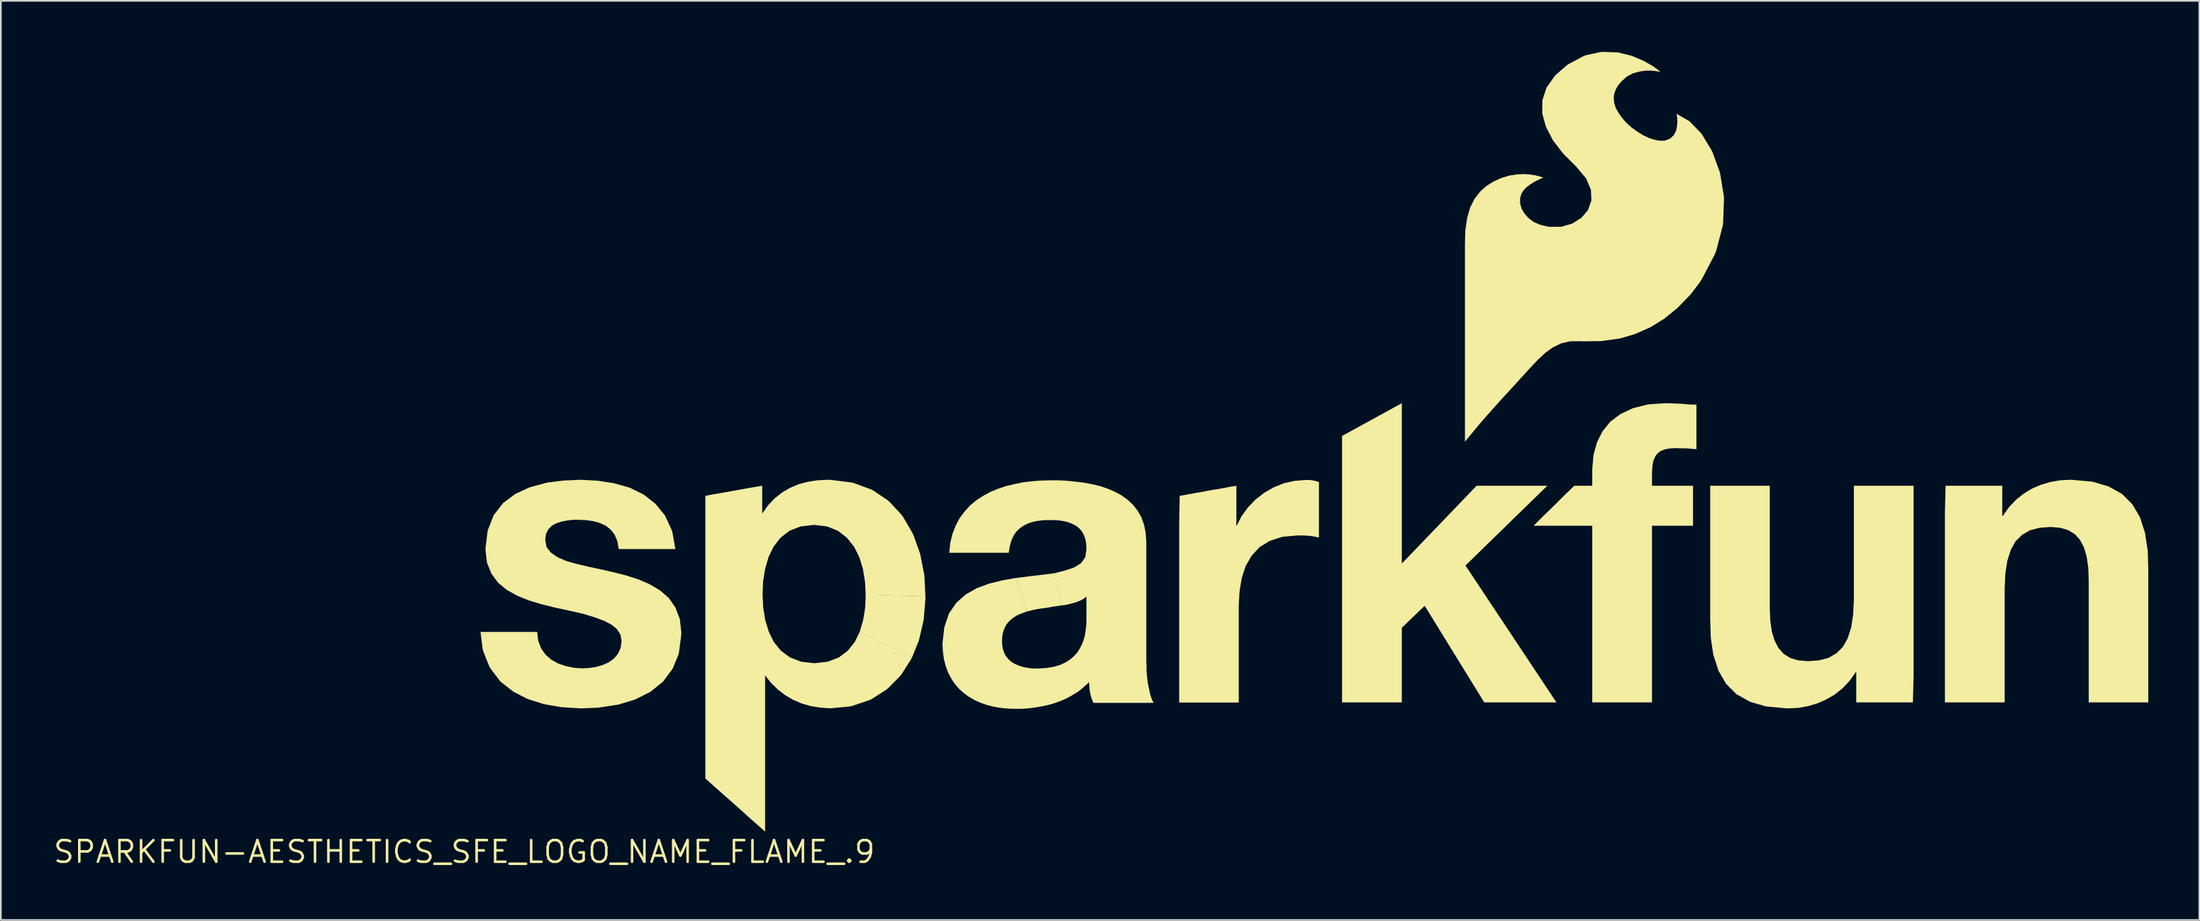
<source format=kicad_pcb>
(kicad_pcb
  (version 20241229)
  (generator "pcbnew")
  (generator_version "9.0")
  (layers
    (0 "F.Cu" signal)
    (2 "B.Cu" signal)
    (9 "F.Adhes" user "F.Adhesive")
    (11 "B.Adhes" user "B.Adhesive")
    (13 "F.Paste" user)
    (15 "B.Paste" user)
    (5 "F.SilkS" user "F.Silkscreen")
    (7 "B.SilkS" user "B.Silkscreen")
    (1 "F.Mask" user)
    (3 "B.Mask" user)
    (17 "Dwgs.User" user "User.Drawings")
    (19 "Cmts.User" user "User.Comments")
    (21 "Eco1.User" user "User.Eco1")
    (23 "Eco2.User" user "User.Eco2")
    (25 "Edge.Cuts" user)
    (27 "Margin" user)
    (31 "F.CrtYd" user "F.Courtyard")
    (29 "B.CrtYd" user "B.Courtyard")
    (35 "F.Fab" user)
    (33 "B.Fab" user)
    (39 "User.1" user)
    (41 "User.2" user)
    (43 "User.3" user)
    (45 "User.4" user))
  (footprint "SPARKFUN-AESTHETICS_SFE_LOGO_NAME_FLAME_.9"
    (layer "F.Cu")
    (at 24.228 47.015)
    (property "Reference" "SPARKFUN-AESTHETICS_SFE_LOGO_NAME_FLAME_.9" (at 0 0 0) (layer "F.SilkS") (effects (font (size 1.27 1.27) (thickness 0.15))))
    (fp_poly (pts (xy 27.095 -15.025) (xy 27.095 -14.86) (xy 27.005 -13.759) (xy 26.985 -13.599) (xy 26.745 -12.559) (xy 26.705 -12.408) (xy 26.313 -11.433) (xy 23.234 -12.927) (xy 23.435 -13.611) (xy 23.555 -14.351) (xy 23.585 -15.115)) (stroke (width 0) (type default)) (fill yes) (layer "F.SilkS"))
    (fp_poly (pts (xy 55.085 -16.942) (xy 59.478 -21.515) (xy 63.632 -21.515) (xy 58.826 -16.829) (xy 64.169 -8.785) (xy 59.927 -8.785) (xy 56.429 -14.462) (xy 55.085 -13.168) (xy 55.085 -8.785) (xy 51.575 -8.785) (xy 51.575 -24.443) (xy 55.085 -26.368)) (stroke (width 0) (type default)) (fill yes) (layer "F.SilkS"))
    (fp_poly (pts (xy 35.106 -14.486) (xy 34.901 -14.455) (xy 34.691 -14.425) (xy 34.481 -14.395) (xy 34.281 -14.355) (xy 34.071 -14.325) (xy 33.861 -14.295) (xy 33.661 -14.265) (xy 33.451 -14.225) (xy 33.261 -14.175) (xy 33.057 -14.124) (xy 32.403 -16.094) (xy 33.199 -16.195) (xy 33.959 -16.285) (xy 34.684 -16.376)) (stroke (width 0) (type default)) (fill yes) (layer "F.SilkS"))
    (fp_poly (pts (xy 49.741 -21.845) (xy 49.831 -21.835) (xy 49.931 -21.815) (xy 50.021 -21.795) (xy 50.111 -21.765) (xy 50.215 -21.734) (xy 50.215 -18.474) (xy 50.079 -18.505) (xy 49.929 -18.535) (xy 49.779 -18.555) (xy 49.62 -18.575) (xy 49.45 -18.585) (xy 49.28 -18.595) (xy 48.95 -18.595) (xy 48.061 -18.515) (xy 47.322 -18.275) (xy 46.723 -17.906) (xy 46.264 -17.407) (xy 45.915 -16.808) (xy 45.685 -16.109) (xy 45.555 -15.339) (xy 45.505 -14.52) (xy 45.505 -8.775) (xy 42.005 -8.775) (xy 42.005 -19.4) (xy 42.035 -20.924) (xy 42.449 -20.995) (xy 42.869 -21.075) (xy 43.279 -21.145) (xy 43.699 -21.225) (xy 44.109 -21.295) (xy 44.529 -21.365) (xy 44.939 -21.445) (xy 45.365 -21.516) (xy 45.365 -19.155) (xy 45.377 -19.155) (xy 45.666 -19.723) (xy 46.046 -20.243) (xy 46.497 -20.714) (xy 47.007 -21.104) (xy 47.558 -21.425) (xy 48.159 -21.665) (xy 48.789 -21.805) (xy 49.44 -21.855) (xy 49.64 -21.855)) (stroke (width 0) (type default)) (fill yes) (layer "F.SilkS"))
    (fp_poly (pts (xy 76.705 -14.32) (xy 76.735 -13.59) (xy 76.825 -12.951) (xy 76.985 -12.422) (xy 77.214 -11.983) (xy 77.513 -11.644) (xy 77.902 -11.395) (xy 78.371 -11.255) (xy 78.94 -11.205) (xy 79.599 -11.255) (xy 80.168 -11.405) (xy 80.627 -11.674) (xy 81.006 -12.053) (xy 81.285 -12.552) (xy 81.485 -13.181) (xy 81.605 -13.941) (xy 81.645 -14.84) (xy 81.645 -21.515) (xy 85.155 -21.515) (xy 85.155 -10.38) (xy 85.115 -8.785) (xy 81.785 -8.785) (xy 81.785 -10.555) (xy 81.753 -10.555) (xy 81.394 -10.047) (xy 80.973 -9.606) (xy 80.523 -9.246) (xy 80.022 -8.956) (xy 79.502 -8.725) (xy 78.961 -8.565) (xy 78.411 -8.465) (xy 77.86 -8.435) (xy 77.68 -8.435) (xy 76.589 -8.535) (xy 76.449 -8.555) (xy 75.558 -8.815) (xy 74.747 -9.266) (xy 74.136 -9.877) (xy 73.695 -10.638) (xy 73.405 -11.529) (xy 73.375 -11.659) (xy 73.245 -12.549) (xy 73.235 -12.69) (xy 73.205 -13.68) (xy 73.205 -21.515) (xy 76.705 -21.515)) (stroke (width 0) (type default)) (fill yes) (layer "F.SilkS"))
    (fp_poly (pts (xy 95.561 -21.765) (xy 95.701 -21.745) (xy 96.592 -21.485) (xy 97.403 -21.034) (xy 98.014 -20.423) (xy 98.455 -19.662) (xy 98.745 -18.771) (xy 98.765 -18.651) (xy 98.905 -17.751) (xy 98.915 -17.61) (xy 98.945 -16.62) (xy 98.945 -8.785) (xy 95.445 -8.785) (xy 95.445 -15.98) (xy 95.415 -16.71) (xy 95.325 -17.349) (xy 95.165 -17.888) (xy 94.936 -18.327) (xy 94.637 -18.666) (xy 94.248 -18.905) (xy 93.769 -19.045) (xy 93.21 -19.095) (xy 92.551 -19.045) (xy 91.982 -18.895) (xy 91.523 -18.626) (xy 91.144 -18.247) (xy 90.865 -17.748) (xy 90.665 -17.119) (xy 90.545 -16.359) (xy 90.505 -15.46) (xy 90.505 -8.785) (xy 86.995 -8.785) (xy 86.995 -19.93) (xy 87.035 -21.515) (xy 90.365 -21.515) (xy 90.365 -19.745) (xy 90.397 -19.745) (xy 90.756 -20.253) (xy 91.177 -20.694) (xy 91.627 -21.054) (xy 92.118 -21.354) (xy 92.638 -21.575) (xy 93.179 -21.735) (xy 93.739 -21.835) (xy 94.29 -21.865) (xy 94.46 -21.865)) (stroke (width 0) (type default)) (fill yes) (layer "F.SilkS"))
    (fp_poly (pts (xy 71.01 -26.355) (xy 71.24 -26.345) (xy 71.24 -26.345) (xy 71.48 -26.335) (xy 71.71 -26.315) (xy 71.94 -26.295) (xy 72.16 -26.285) (xy 72.395 -26.285) (xy 72.395 -23.665) (xy 72.23 -23.675) (xy 72.07 -23.695) (xy 71.91 -23.705) (xy 71.75 -23.715) (xy 71.43 -23.715) (xy 71.27 -23.725) (xy 71.11 -23.725) (xy 70.781 -23.705) (xy 70.502 -23.645) (xy 70.273 -23.546) (xy 70.084 -23.397) (xy 69.954 -23.198) (xy 69.855 -22.949) (xy 69.805 -22.639) (xy 69.785 -22.28) (xy 69.785 -21.515) (xy 72.195 -21.515) (xy 72.195 -19.165) (xy 69.785 -19.165) (xy 69.785 -8.785) (xy 66.275 -8.785) (xy 66.275 -19.165) (xy 62.828 -19.165) (xy 63.136 -19.474) (xy 63.426 -19.764) (xy 63.727 -20.054) (xy 64.026 -20.344) (xy 64.326 -20.644) (xy 64.616 -20.934) (xy 64.917 -21.224) (xy 65.218 -21.515) (xy 66.275 -21.515) (xy 66.275 -22.49) (xy 66.345 -23.311) (xy 66.545 -24.052) (xy 66.876 -24.713) (xy 67.337 -25.284) (xy 67.937 -25.734) (xy 68.668 -26.075) (xy 69.539 -26.295) (xy 69.66 -26.305) (xy 70.54 -26.365) (xy 70.77 -26.365)) (stroke (width 0) (type default)) (fill yes) (layer "F.SilkS"))
    (fp_poly (pts (xy 22.701 -21.715) (xy 22.861 -21.685) (xy 23.892 -21.305) (xy 24.033 -21.234) (xy 24.893 -20.654) (xy 25.004 -20.554) (xy 25.704 -19.793) (xy 25.784 -19.683) (xy 26.314 -18.772) (xy 26.385 -18.632) (xy 26.755 -17.611) (xy 26.795 -17.461) (xy 27.015 -16.351) (xy 27.035 -16.19) (xy 27.095 -15.015) (xy 23.585 -15.105) (xy 23.545 -15.879) (xy 23.425 -16.619) (xy 23.215 -17.308) (xy 22.906 -17.927) (xy 22.486 -18.456) (xy 21.957 -18.866) (xy 21.319 -19.125) (xy 20.54 -19.215) (xy 19.761 -19.125) (xy 19.102 -18.866) (xy 18.584 -18.466) (xy 18.174 -17.937) (xy 17.875 -17.318) (xy 17.675 -16.629) (xy 17.555 -15.88) (xy 17.525 -15.11) (xy 17.565 -14.351) (xy 17.685 -13.611) (xy 17.895 -12.932) (xy 18.194 -12.323) (xy 18.613 -11.814) (xy 19.142 -11.424) (xy 19.791 -11.175) (xy 20.57 -11.085) (xy 21.359 -11.175) (xy 22.008 -11.424) (xy 22.526 -11.814) (xy 22.936 -12.323) (xy 23.238 -12.937) (xy 26.317 -11.442) (xy 26.244 -11.307) (xy 25.704 -10.457) (xy 25.614 -10.337) (xy 24.913 -9.626) (xy 24.803 -9.536) (xy 23.952 -8.986) (xy 23.822 -8.925) (xy 22.821 -8.585) (xy 22.661 -8.545) (xy 21.5 -8.435) (xy 20.929 -8.475) (xy 20.369 -8.565) (xy 19.838 -8.715) (xy 19.338 -8.926) (xy 18.857 -9.206) (xy 18.427 -9.536) (xy 18.036 -9.917) (xy 17.688 -10.355) (xy 17.675 -10.355) (xy 17.675 -1.189) (xy 17.227 -1.586) (xy 16.787 -1.976) (xy 16.357 -2.366) (xy 15.477 -3.146) (xy 15.047 -3.526) (xy 14.607 -3.916) (xy 14.165 -4.308) (xy 14.165 -20.924) (xy 14.589 -21.005) (xy 14.999 -21.075) (xy 15.419 -21.145) (xy 15.839 -21.225) (xy 16.249 -21.295) (xy 16.669 -21.375) (xy 17.079 -21.445) (xy 17.505 -21.516) (xy 17.505 -19.895) (xy 17.517 -19.895) (xy 17.856 -20.373) (xy 18.247 -20.784) (xy 18.677 -21.124) (xy 19.148 -21.394) (xy 19.638 -21.605) (xy 20.169 -21.745) (xy 20.729 -21.835) (xy 21.31 -21.865) (xy 21.49 -21.865)) (stroke (width 0) (type default)) (fill yes) (layer "F.SilkS"))
    (fp_poly (pts (xy 7.811 -21.815) (xy 8.791 -21.665) (xy 9.712 -21.405) (xy 10.533 -21.004) (xy 11.234 -20.454) (xy 11.804 -19.753) (xy 12.205 -18.872) (xy 12.235 -18.741) (xy 12.406 -17.795) (xy 9.076 -17.795) (xy 8.995 -18.259) (xy 8.836 -18.637) (xy 8.606 -18.936) (xy 8.317 -19.166) (xy 7.968 -19.325) (xy 7.579 -19.435) (xy 7.15 -19.495) (xy 6.69 -19.515) (xy 6.38 -19.515) (xy 6.051 -19.475) (xy 5.731 -19.415) (xy 5.422 -19.315) (xy 5.153 -19.176) (xy 4.944 -18.967) (xy 4.805 -18.688) (xy 4.755 -18.34) (xy 4.835 -17.912) (xy 5.093 -17.584) (xy 5.482 -17.314) (xy 5.992 -17.095) (xy 6.591 -16.925) (xy 7.261 -16.765) (xy 7.971 -16.615) (xy 8.711 -16.445) (xy 9.471 -16.255) (xy 10.202 -16.025) (xy 10.882 -15.734) (xy 11.493 -15.374) (xy 12.014 -14.923) (xy 12.404 -14.362) (xy 12.665 -13.681) (xy 12.755 -12.87) (xy 12.745 -12.72) (xy 12.615 -11.719) (xy 12.585 -11.588) (xy 12.244 -10.768) (xy 11.674 -9.997) (xy 10.923 -9.396) (xy 10.042 -8.955) (xy 9.922 -8.915) (xy 9.061 -8.655) (xy 8.931 -8.635) (xy 8.011 -8.495) (xy 8.011 -8.495) (xy 7.88 -8.475) (xy 6.93 -8.435) (xy 6.8 -8.435) (xy 5.84 -8.495) (xy 5.699 -8.505) (xy 4.769 -8.665) (xy 4.639 -8.695) (xy 3.778 -8.965) (xy 3.658 -9.015) (xy 2.877 -9.416) (xy 2.116 -10.016) (xy 1.526 -10.797) (xy 1.465 -10.908) (xy 1.125 -11.758) (xy 1.085 -11.899) (xy 0.954 -12.925) (xy 4.284 -12.925) (xy 4.345 -12.401) (xy 4.514 -11.962) (xy 4.774 -11.593) (xy 5.113 -11.294) (xy 5.522 -11.065) (xy 5.971 -10.915) (xy 6.461 -10.815) (xy 6.96 -10.785) (xy 7.339 -10.805) (xy 7.729 -10.865) (xy 8.118 -10.975) (xy 8.478 -11.134) (xy 8.787 -11.354) (xy 9.026 -11.633) (xy 9.185 -11.981) (xy 9.245 -12.4) (xy 9.175 -12.768) (xy 8.976 -13.087) (xy 8.647 -13.356) (xy 8.198 -13.585) (xy 7.628 -13.795) (xy 6.959 -13.995) (xy 6.169 -14.175) (xy 5.289 -14.365) (xy 4.529 -14.555) (xy 3.798 -14.775) (xy 3.108 -15.055) (xy 2.497 -15.396) (xy 1.986 -15.817) (xy 1.596 -16.348) (xy 1.335 -16.989) (xy 1.245 -17.77) (xy 1.255 -17.92) (xy 1.375 -18.881) (xy 1.726 -19.782) (xy 2.276 -20.494) (xy 2.997 -21.034) (xy 3.838 -21.425) (xy 4.769 -21.675) (xy 4.889 -21.705) (xy 5.769 -21.815) (xy 5.89 -21.825) (xy 6.79 -21.865) (xy 6.92 -21.865)) (stroke (width 0) (type default)) (fill yes) (layer "F.SilkS"))
    (fp_poly (pts (xy 67.781 -46.985) (xy 68.592 -46.785) (xy 69.282 -46.494) (xy 69.813 -46.194) (xy 70.143 -45.954) (xy 70.275 -45.855) (xy 70.2 -45.855) (xy 70.019 -45.885) (xy 69.76 -45.915) (xy 69.44 -45.915) (xy 69.071 -45.865) (xy 68.692 -45.765) (xy 68.323 -45.576) (xy 67.984 -45.277) (xy 67.794 -45.047) (xy 67.655 -44.808) (xy 67.565 -44.549) (xy 67.535 -44.29) (xy 67.565 -44.011) (xy 67.655 -43.722) (xy 67.824 -43.423) (xy 68.054 -43.103) (xy 68.294 -42.834) (xy 68.583 -42.574) (xy 68.903 -42.344) (xy 69.232 -42.134) (xy 69.582 -41.965) (xy 69.911 -41.855) (xy 70.23 -41.795) (xy 70.519 -41.795) (xy 70.847 -41.914) (xy 71.066 -42.123) (xy 71.195 -42.372) (xy 71.255 -42.641) (xy 71.275 -42.91) (xy 71.265 -43.14) (xy 71.245 -43.289) (xy 71.235 -43.348) (xy 71.218 -43.383) (xy 71.993 -42.934) (xy 72.634 -42.273) (xy 72.724 -42.163) (xy 73.274 -41.252) (xy 73.345 -41.102) (xy 73.755 -39.991) (xy 73.795 -39.821) (xy 74.005 -38.551) (xy 74.015 -38.36) (xy 73.965 -36.98) (xy 73.935 -36.779) (xy 73.565 -35.348) (xy 73.485 -35.138) (xy 72.734 -33.698) (xy 72.604 -33.487) (xy 72.064 -32.777) (xy 71.984 -32.687) (xy 71.283 -31.966) (xy 70.523 -31.346) (xy 69.682 -30.826) (xy 68.772 -30.425) (xy 67.911 -30.175) (xy 67.781 -30.155) (xy 66.851 -30.025) (xy 66.71 -30.015) (xy 65.71 -30.005) (xy 65.56 -30.015) (xy 64.971 -30.005) (xy 64.452 -29.885) (xy 63.973 -29.656) (xy 63.513 -29.326) (xy 63.064 -28.906) (xy 62.594 -28.407) (xy 62.074 -27.837) (xy 62.074 -27.837) (xy 61.504 -27.207) (xy 60.964 -26.627) (xy 60.464 -26.067) (xy 60.004 -25.547) (xy 59.604 -25.087) (xy 59.274 -24.687) (xy 59.024 -24.387) (xy 58.864 -24.187) (xy 58.795 -24.106) (xy 58.795 -35.66) (xy 58.815 -36.52) (xy 58.925 -37.261) (xy 59.105 -37.882) (xy 59.366 -38.393) (xy 59.686 -38.803) (xy 60.057 -39.134) (xy 60.468 -39.394) (xy 60.908 -39.595) (xy 61.399 -39.745) (xy 61.86 -39.815) (xy 62.28 -39.835) (xy 62.651 -39.805) (xy 62.961 -39.755) (xy 63.191 -39.695) (xy 63.331 -39.655) (xy 63.405 -39.63) (xy 63.342 -39.605) (xy 63.232 -39.555) (xy 63.062 -39.475) (xy 62.862 -39.376) (xy 62.643 -39.236) (xy 62.433 -39.076) (xy 62.254 -38.897) (xy 62.115 -38.688) (xy 62.035 -38.419) (xy 62.035 -38.121) (xy 62.115 -37.822) (xy 62.284 -37.523) (xy 62.523 -37.254) (xy 62.843 -37.014) (xy 63.242 -36.845) (xy 63.721 -36.735) (xy 64.449 -36.735) (xy 65.098 -36.925) (xy 65.637 -37.264) (xy 66.026 -37.723) (xy 66.225 -38.291) (xy 66.195 -38.919) (xy 65.906 -39.587) (xy 65.326 -40.277) (xy 64.656 -40.946) (xy 64.566 -41.037) (xy 63.966 -41.817) (xy 63.555 -42.608) (xy 63.335 -43.399) (xy 63.345 -44.171) (xy 63.585 -44.912) (xy 64.086 -45.623) (xy 64.747 -46.204) (xy 64.857 -46.284) (xy 65.758 -46.765) (xy 65.878 -46.815) (xy 66.749 -47.005) (xy 66.87 -47.015)) (stroke (width 0) (type default)) (fill yes) (layer "F.SilkS"))
    (fp_poly (pts (xy 35.45 -21.805) (xy 35.931 -21.755) (xy 36.421 -21.695) (xy 36.901 -21.605) (xy 37.361 -21.495) (xy 37.802 -21.345) (xy 38.222 -21.165) (xy 38.613 -20.954) (xy 38.973 -20.694) (xy 39.284 -20.403) (xy 39.554 -20.063) (xy 39.775 -19.682) (xy 39.935 -19.241) (xy 40.035 -18.751) (xy 40.075 -18.21) (xy 40.075 -11.16) (xy 40.085 -10.94) (xy 40.085 -10.73) (xy 40.095 -10.52) (xy 40.115 -10.32) (xy 40.135 -10.121) (xy 40.165 -9.931) (xy 40.195 -9.751) (xy 40.235 -9.581) (xy 40.265 -9.411) (xy 40.305 -9.261) (xy 40.345 -9.112) (xy 40.395 -8.982) (xy 40.444 -8.862) (xy 40.509 -8.755) (xy 36.956 -8.755) (xy 36.935 -8.828) (xy 36.905 -8.908) (xy 36.875 -8.978) (xy 36.845 -9.058) (xy 36.825 -9.129) (xy 36.805 -9.209) (xy 36.785 -9.289) (xy 36.765 -9.369) (xy 36.755 -9.439) (xy 36.745 -9.519) (xy 36.735 -9.599) (xy 36.725 -9.68) (xy 36.725 -9.76) (xy 36.715 -9.83) (xy 36.715 -9.978) (xy 36.503 -9.776) (xy 36.283 -9.586) (xy 36.053 -9.406) (xy 35.803 -9.256) (xy 35.552 -9.106) (xy 35.292 -8.975) (xy 35.032 -8.865) (xy 34.752 -8.765) (xy 34.471 -8.675) (xy 34.191 -8.605) (xy 33.901 -8.545) (xy 33.611 -8.495) (xy 33.321 -8.455) (xy 33.03 -8.425) (xy 32.73 -8.405) (xy 32.43 -8.405) (xy 31.98 -8.415) (xy 31.549 -8.455) (xy 31.129 -8.525) (xy 30.729 -8.625) (xy 30.348 -8.755) (xy 29.988 -8.916) (xy 29.657 -9.106) (xy 29.357 -9.326) (xy 29.076 -9.576) (xy 28.826 -9.867) (xy 28.616 -10.177) (xy 28.435 -10.518) (xy 28.295 -10.898) (xy 28.185 -11.309) (xy 28.125 -11.75) (xy 28.095 -12.22) (xy 28.205 -13.201) (xy 28.475 -14.002) (xy 28.906 -14.633) (xy 29.457 -15.124) (xy 30.108 -15.495) (xy 30.839 -15.765) (xy 31.609 -15.955) (xy 32.413 -16.096) (xy 33.066 -14.127) (xy 32.882 -14.065) (xy 32.702 -13.995) (xy 32.532 -13.925) (xy 32.373 -13.836) (xy 32.223 -13.736) (xy 32.083 -13.616) (xy 31.964 -13.497) (xy 31.854 -13.357) (xy 31.765 -13.198) (xy 31.695 -13.028) (xy 31.635 -12.839) (xy 31.605 -12.62) (xy 31.595 -12.39) (xy 31.605 -12.17) (xy 31.635 -11.961) (xy 31.695 -11.772) (xy 31.764 -11.602) (xy 31.864 -11.453) (xy 31.974 -11.323) (xy 32.093 -11.204) (xy 32.243 -11.104) (xy 32.392 -11.025) (xy 32.562 -10.955) (xy 32.731 -10.895) (xy 32.921 -10.845) (xy 33.111 -10.815) (xy 33.31 -10.785) (xy 33.52 -10.775) (xy 33.73 -10.775) (xy 34.209 -10.805) (xy 34.639 -10.875) (xy 35.008 -10.985) (xy 35.328 -11.134) (xy 35.597 -11.304) (xy 35.826 -11.504) (xy 36.016 -11.713) (xy 36.166 -11.952) (xy 36.285 -12.192) (xy 36.385 -12.432) (xy 36.455 -12.681) (xy 36.495 -12.921) (xy 36.525 -13.141) (xy 36.545 -13.35) (xy 36.555 -13.54) (xy 36.555 -15) (xy 36.443 -14.916) (xy 36.312 -14.826) (xy 36.162 -14.755) (xy 36.012 -14.695) (xy 35.841 -14.635) (xy 35.671 -14.595) (xy 35.481 -14.545) (xy 35.291 -14.505) (xy 35.096 -14.485) (xy 34.674 -16.374) (xy 35.299 -16.535) (xy 35.838 -16.715) (xy 36.237 -16.964) (xy 36.485 -17.312) (xy 36.555 -17.78) (xy 36.545 -18.05) (xy 36.515 -18.279) (xy 36.455 -18.488) (xy 36.376 -18.678) (xy 36.286 -18.837) (xy 36.166 -18.977) (xy 36.037 -19.096) (xy 35.887 -19.196) (xy 35.728 -19.275) (xy 35.558 -19.345) (xy 35.369 -19.405) (xy 35.169 -19.445) (xy 34.969 -19.475) (xy 34.75 -19.495) (xy 34.05 -19.495) (xy 33.821 -19.465) (xy 33.591 -19.435) (xy 33.381 -19.385) (xy 33.192 -19.325) (xy 33.002 -19.246) (xy 32.843 -19.156) (xy 32.683 -19.046) (xy 32.543 -18.926) (xy 32.414 -18.787) (xy 32.304 -18.627) (xy 32.215 -18.458) (xy 32.135 -18.268) (xy 32.075 -18.049) (xy 32.025 -17.829) (xy 31.994 -17.575) (xy 28.494 -17.575) (xy 28.555 -18.161) (xy 28.685 -18.692) (xy 28.875 -19.182) (xy 29.106 -19.613) (xy 29.396 -20.003) (xy 29.717 -20.354) (xy 30.087 -20.664) (xy 30.487 -20.924) (xy 30.918 -21.155) (xy 31.378 -21.345) (xy 31.859 -21.505) (xy 32.369 -21.625) (xy 32.879 -21.725) (xy 33.41 -21.785) (xy 33.94 -21.825) (xy 34.48 -21.835) (xy 34.96 -21.835)) (stroke (width 0) (type default)) (fill yes) (layer "F.SilkS")))
  (gr_rect
    (start -3 -3)
    (end 126.173 51.021)
    (stroke (width 0.1) (type default))
    (fill no)
    (layer "Edge.Cuts")))
</source>
